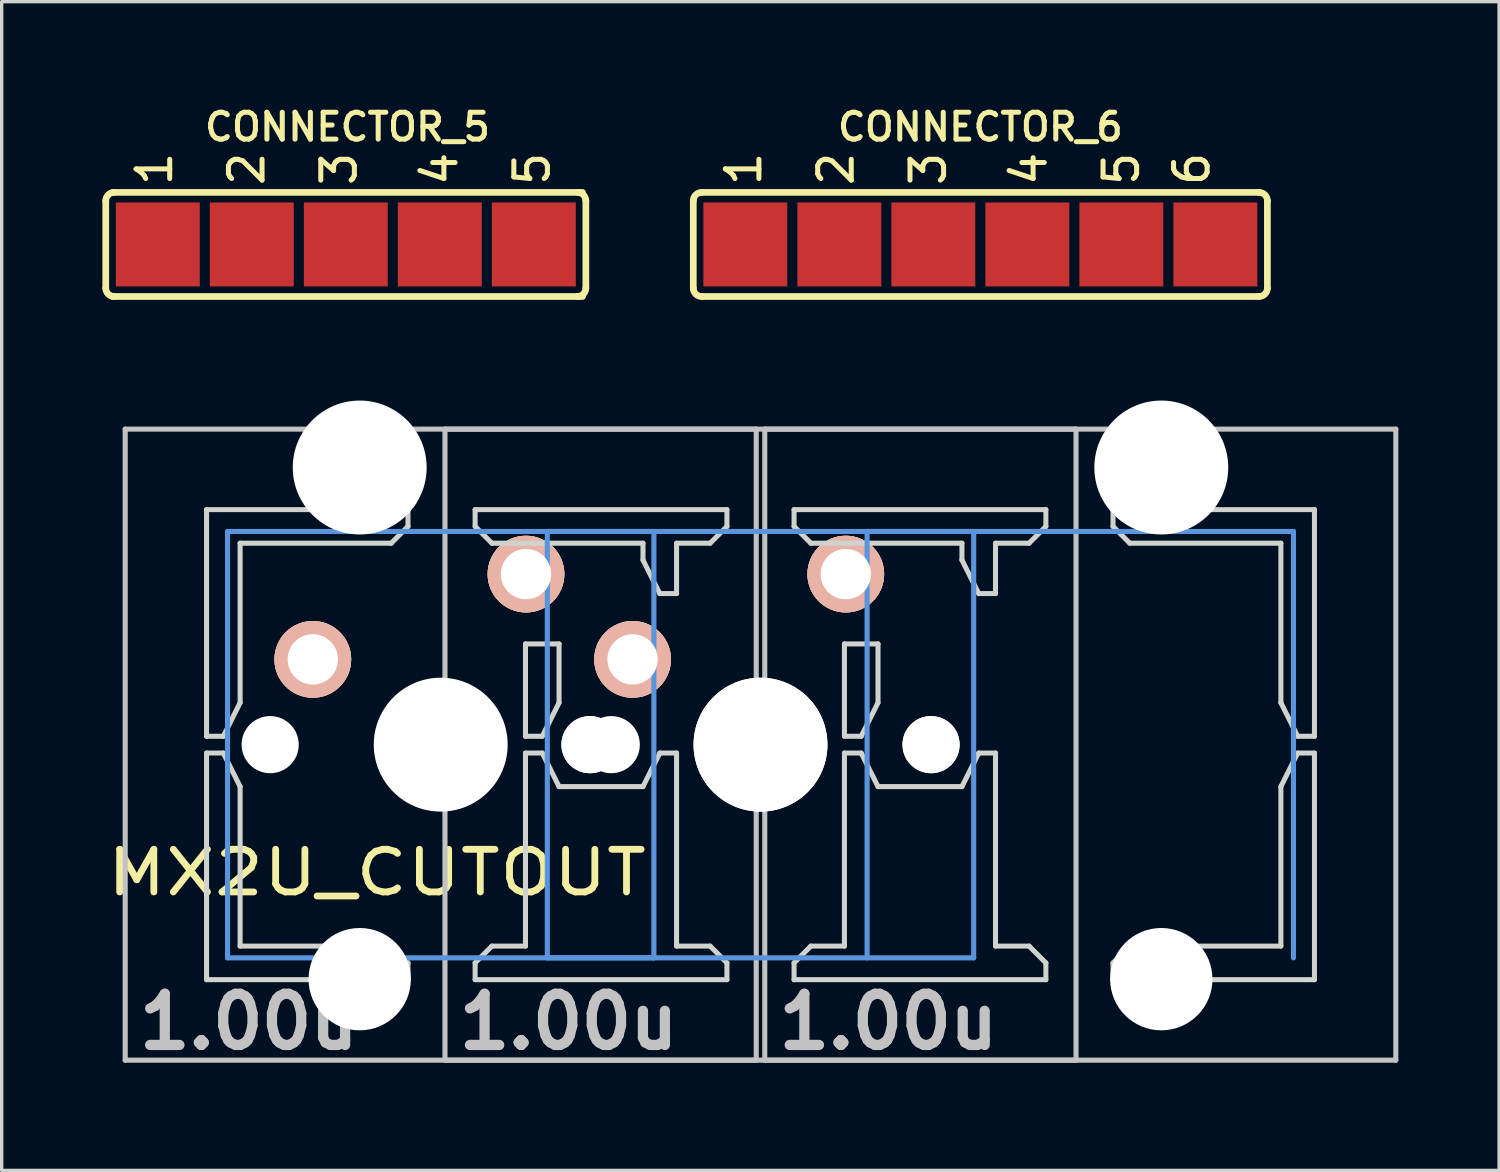
<source format=kicad_pcb>
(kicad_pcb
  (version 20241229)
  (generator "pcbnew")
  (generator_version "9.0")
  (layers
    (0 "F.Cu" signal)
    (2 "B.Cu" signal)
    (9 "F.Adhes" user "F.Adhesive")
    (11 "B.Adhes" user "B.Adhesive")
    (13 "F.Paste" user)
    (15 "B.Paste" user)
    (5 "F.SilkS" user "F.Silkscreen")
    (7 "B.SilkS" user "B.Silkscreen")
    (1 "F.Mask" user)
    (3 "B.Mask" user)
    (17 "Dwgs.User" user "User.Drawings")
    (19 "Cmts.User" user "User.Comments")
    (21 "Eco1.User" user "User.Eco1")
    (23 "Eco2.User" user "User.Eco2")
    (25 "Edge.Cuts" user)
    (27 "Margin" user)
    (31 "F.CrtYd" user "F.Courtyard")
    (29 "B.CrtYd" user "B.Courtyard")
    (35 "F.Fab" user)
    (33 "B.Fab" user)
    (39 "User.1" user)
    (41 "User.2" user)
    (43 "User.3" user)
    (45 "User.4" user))
  (footprint "CONNECTOR_6"
    (layer "F.Cu")
    (at 26.15 4.231)
    (property "Reference" "CONNECTOR_6" (at 0 -3.5 0) (layer "F.SilkS") (effects (font (size 0.8 0.8) (thickness 0.15))))
    (attr exclude_from_pos_files exclude_from_bom)
    (fp_line (start -8.55 -1.3) (end -8.55 1.3) (stroke (width 0.2) (type solid)) (layer "F.SilkS"))
    (fp_line (start -8.3 -1.55) (end 8.3 -1.55) (stroke (width 0.2) (type solid)) (layer "F.SilkS"))
    (fp_line (start -8.3 1.55) (end 8.3 1.55) (stroke (width 0.2) (type solid)) (layer "F.SilkS"))
    (fp_line (start 8.55 -1.3) (end 8.55 1.3) (stroke (width 0.2) (type solid)) (layer "F.SilkS"))
    (fp_arc (start -8.55 -1.3) (mid -8.476777 -1.476777) (end -8.3 -1.55) (stroke (width 0.2) (type solid)) (layer "F.SilkS"))
    (fp_arc (start -8.3 1.55) (mid -8.476777 1.476777) (end -8.55 1.3) (stroke (width 0.2) (type solid)) (layer "F.SilkS"))
    (fp_arc (start 8.3 -1.55) (mid 8.476777 -1.476777) (end 8.55 -1.3) (stroke (width 0.2) (type solid)) (layer "F.SilkS"))
    (fp_arc (start 8.55 1.3) (mid 8.476777 1.476777) (end 8.3 1.55) (stroke (width 0.2) (type solid)) (layer "F.SilkS"))
    (fp_text user "6" (at 6.3 -2.25 90) (layer "F.SilkS") (effects (font (size 1 1) (thickness 0.15))))
    (fp_text user "2" (at -4.3 -2.25 90) (layer "F.SilkS") (effects (font (size 1 1) (thickness 0.15))))
    (fp_text user "3" (at -1.55 -2.25 90) (layer "F.SilkS") (effects (font (size 1 1) (thickness 0.15))))
    (fp_text user "1" (at -7.05 -2.25 90) (layer "F.SilkS") (effects (font (size 1 1) (thickness 0.15))))
    (fp_text user "4" (at 1.45 -2.25 90) (layer "F.SilkS") (effects (font (size 1 1) (thickness 0.15))))
    (fp_text user "5" (at 4.2 -2.25 90) (layer "F.SilkS") (effects (font (size 1 1) (thickness 0.15))))
    (pad "1" smd rect (at -7 0) (size 2.5 2.5) (layers "F.Cu" "F.Mask"))
    (pad "2" smd rect (at -4.2 0) (size 2.5 2.5) (layers "F.Cu" "F.Mask"))
    (pad "3" smd rect (at -1.4 0) (size 2.5 2.5) (layers "F.Cu" "F.Mask"))
    (pad "4" smd rect (at 1.4 0) (size 2.5 2.5) (layers "F.Cu" "F.Mask"))
    (pad "5" smd rect (at 4.2 0) (size 2.5 2.5) (layers "F.Cu" "F.Mask"))
    (pad "6" smd rect (at 7 0) (size 2.5 2.5) (layers "F.Cu" "F.Mask")))
  (footprint "MX2U_CUTOUT"
    (layer "F.Cu")
    (at 19.602 19.13)
    (property "Reference" "MX2U_CUTOUT" (at -11.43 3.81 0) (layer "F.SilkS") (effects (font (size 1.27 1.524) (thickness 0.203))))
    (attr through_hole)
    (fp_line (start -18.923 -9.398) (end -0.127 -9.398) (stroke (width 0.152) (type solid)) (layer "Dwgs.User"))
    (fp_line (start -18.923 9.398) (end -18.923 -9.398) (stroke (width 0.152) (type solid)) (layer "Dwgs.User"))
    (fp_line (start -9.398 -9.398) (end 9.398 -9.398) (stroke (width 0.152) (type solid)) (layer "Dwgs.User"))
    (fp_line (start -9.398 9.398) (end -9.398 -9.398) (stroke (width 0.152) (type solid)) (layer "Dwgs.User"))
    (fp_line (start -0.127 -9.398) (end -0.127 9.398) (stroke (width 0.152) (type solid)) (layer "Dwgs.User"))
    (fp_line (start -0.127 9.398) (end -18.923 9.398) (stroke (width 0.152) (type solid)) (layer "Dwgs.User"))
    (fp_line (start 0.127 -9.398) (end 18.923 -9.398) (stroke (width 0.152) (type solid)) (layer "Dwgs.User"))
    (fp_line (start 0.127 9.398) (end 0.127 -9.398) (stroke (width 0.152) (type solid)) (layer "Dwgs.User"))
    (fp_line (start 9.398 -9.398) (end 9.398 9.398) (stroke (width 0.152) (type solid)) (layer "Dwgs.User"))
    (fp_line (start 9.398 9.398) (end -9.398 9.398) (stroke (width 0.152) (type solid)) (layer "Dwgs.User"))
    (fp_line (start 18.923 -9.398) (end 18.923 9.398) (stroke (width 0.152) (type solid)) (layer "Dwgs.User"))
    (fp_line (start 18.923 9.398) (end 0.127 9.398) (stroke (width 0.152) (type solid)) (layer "Dwgs.User"))
    (fp_line (start -15.875 -6.35) (end -3.175 -6.35) (stroke (width 0.152) (type solid)) (layer "Cmts.User"))
    (fp_line (start -15.875 6.35) (end -15.875 -6.35) (stroke (width 0.152) (type solid)) (layer "Cmts.User"))
    (fp_line (start -6.35 -6.35) (end 6.35 -6.35) (stroke (width 0.152) (type solid)) (layer "Cmts.User"))
    (fp_line (start -6.35 6.35) (end -6.35 -6.35) (stroke (width 0.152) (type solid)) (layer "Cmts.User"))
    (fp_line (start -3.175 -6.35) (end -3.175 6.35) (stroke (width 0.152) (type solid)) (layer "Cmts.User"))
    (fp_line (start -3.175 6.35) (end -15.875 6.35) (stroke (width 0.152) (type solid)) (layer "Cmts.User"))
    (fp_line (start 3.175 -6.35) (end 15.875 -6.35) (stroke (width 0.152) (type solid)) (layer "Cmts.User"))
    (fp_line (start 3.175 6.35) (end 3.175 -6.35) (stroke (width 0.152) (type solid)) (layer "Cmts.User"))
    (fp_line (start 6.35 -6.35) (end 6.35 6.35) (stroke (width 0.152) (type solid)) (layer "Cmts.User"))
    (fp_line (start 6.35 6.35) (end -6.35 6.35) (stroke (width 0.152) (type solid)) (layer "Cmts.User"))
    (fp_line (start 15.875 -6.35) (end 15.875 6.35) (stroke (width 0.152) (type solid)) (layer "Cmts.User"))
    (fp_line (start -16.51 -6.985) (end -2.54 -6.985) (stroke (width 0.152) (type solid)) (layer "Eco2.User"))
    (fp_line (start -16.51 6.985) (end -16.51 -6.985) (stroke (width 0.152) (type solid)) (layer "Eco2.User"))
    (fp_line (start -6.985 -6.985) (end 6.985 -6.985) (stroke (width 0.152) (type solid)) (layer "Eco2.User"))
    (fp_line (start -6.985 6.985) (end -6.985 -6.985) (stroke (width 0.152) (type solid)) (layer "Eco2.User"))
    (fp_line (start -2.54 -6.985) (end -2.54 6.985) (stroke (width 0.152) (type solid)) (layer "Eco2.User"))
    (fp_line (start -2.54 6.985) (end -16.51 6.985) (stroke (width 0.152) (type solid)) (layer "Eco2.User"))
    (fp_line (start 2.54 -6.985) (end 16.51 -6.985) (stroke (width 0.152) (type solid)) (layer "Eco2.User"))
    (fp_line (start 2.54 6.985) (end 2.54 -6.985) (stroke (width 0.152) (type solid)) (layer "Eco2.User"))
    (fp_line (start 6.985 -6.985) (end 6.985 6.985) (stroke (width 0.152) (type solid)) (layer "Eco2.User"))
    (fp_line (start 6.985 6.985) (end -6.985 6.985) (stroke (width 0.152) (type solid)) (layer "Eco2.User"))
    (fp_line (start 16.51 -6.985) (end 16.51 6.985) (stroke (width 0.152) (type solid)) (layer "Eco2.User"))
    (fp_line (start 16.51 6.985) (end 2.54 6.985) (stroke (width 0.152) (type solid)) (layer "Eco2.User"))
    (fp_line (start -16.5 -7) (end -10.5 -7) (stroke (width 0.15) (type solid)) (layer "Edge.Cuts"))
    (fp_line (start -16.5 -0.25) (end -16.5 -7) (stroke (width 0.15) (type solid)) (layer "Edge.Cuts"))
    (fp_line (start -16.5 0.25) (end -16 0.25) (stroke (width 0.15) (type solid)) (layer "Edge.Cuts"))
    (fp_line (start -16.5 7) (end -16.5 0.25) (stroke (width 0.15) (type solid)) (layer "Edge.Cuts"))
    (fp_line (start -16.5 7) (end -10.5 7) (stroke (width 0.15) (type solid)) (layer "Edge.Cuts"))
    (fp_line (start -16 -0.25) (end -16.5 -0.25) (stroke (width 0.15) (type solid)) (layer "Edge.Cuts"))
    (fp_line (start -16 -0.25) (end -15.5 -1.25) (stroke (width 0.15) (type solid)) (layer "Edge.Cuts"))
    (fp_line (start -16 0.25) (end -15.5 1.25) (stroke (width 0.15) (type solid)) (layer "Edge.Cuts"))
    (fp_line (start -15.5 -1.25) (end -15.5 -6) (stroke (width 0.15) (type solid)) (layer "Edge.Cuts"))
    (fp_line (start -15.5 1.25) (end -15.5 6) (stroke (width 0.15) (type solid)) (layer "Edge.Cuts"))
    (fp_line (start -11 -6) (end -15.5 -6) (stroke (width 0.15) (type solid)) (layer "Edge.Cuts"))
    (fp_line (start -11 6) (end -15.5 6) (stroke (width 0.15) (type solid)) (layer "Edge.Cuts"))
    (fp_line (start -10.5 -7) (end -10.5 -6.5) (stroke (width 0.15) (type solid)) (layer "Edge.Cuts"))
    (fp_line (start -10.5 -6.5) (end -11 -6) (stroke (width 0.15) (type solid)) (layer "Edge.Cuts"))
    (fp_line (start -10.5 6.5) (end -11 6) (stroke (width 0.15) (type solid)) (layer "Edge.Cuts"))
    (fp_line (start -10.5 7) (end -10.5 6.5) (stroke (width 0.15) (type solid)) (layer "Edge.Cuts"))
    (fp_line (start -8.5 -7) (end -1 -7) (stroke (width 0.15) (type solid)) (layer "Edge.Cuts"))
    (fp_line (start -8.5 -6.5) (end -8.5 -7) (stroke (width 0.15) (type solid)) (layer "Edge.Cuts"))
    (fp_line (start -8.5 6.5) (end -8 6) (stroke (width 0.15) (type solid)) (layer "Edge.Cuts"))
    (fp_line (start -8.5 7) (end -8.5 6.5) (stroke (width 0.15) (type solid)) (layer "Edge.Cuts"))
    (fp_line (start -8.5 7) (end -1 7) (stroke (width 0.15) (type solid)) (layer "Edge.Cuts"))
    (fp_line (start -8 -6) (end -8.5 -6.5) (stroke (width 0.15) (type solid)) (layer "Edge.Cuts"))
    (fp_line (start -8 -6) (end -3.5 -6) (stroke (width 0.15) (type solid)) (layer "Edge.Cuts"))
    (fp_line (start -8 6) (end -7 6) (stroke (width 0.15) (type solid)) (layer "Edge.Cuts"))
    (fp_line (start -7 -3) (end -7 -0.25) (stroke (width 0.15) (type solid)) (layer "Edge.Cuts"))
    (fp_line (start -7 -3) (end -6 -3) (stroke (width 0.15) (type solid)) (layer "Edge.Cuts"))
    (fp_line (start -7 0.25) (end -6.5 0.25) (stroke (width 0.15) (type solid)) (layer "Edge.Cuts"))
    (fp_line (start -7 6) (end -7 0.25) (stroke (width 0.15) (type solid)) (layer "Edge.Cuts"))
    (fp_line (start -6.5 -0.25) (end -7 -0.25) (stroke (width 0.15) (type solid)) (layer "Edge.Cuts"))
    (fp_line (start -6.5 -0.25) (end -6 -1.25) (stroke (width 0.15) (type solid)) (layer "Edge.Cuts"))
    (fp_line (start -6.5 0.25) (end -6 1.25) (stroke (width 0.15) (type solid)) (layer "Edge.Cuts"))
    (fp_line (start -6 -3) (end -6 -1.25) (stroke (width 0.15) (type solid)) (layer "Edge.Cuts"))
    (fp_line (start -6 1.25) (end -3.5 1.25) (stroke (width 0.15) (type solid)) (layer "Edge.Cuts"))
    (fp_line (start -3.5 -6) (end -3.5 -5.5) (stroke (width 0.15) (type solid)) (layer "Edge.Cuts"))
    (fp_line (start -3 -4.5) (end -3.5 -5.5) (stroke (width 0.15) (type solid)) (layer "Edge.Cuts"))
    (fp_line (start -3 -4.5) (end -2.5 -4.5) (stroke (width 0.15) (type solid)) (layer "Edge.Cuts"))
    (fp_line (start -3 0.25) (end -3.5 1.25) (stroke (width 0.15) (type solid)) (layer "Edge.Cuts"))
    (fp_line (start -2.5 -6) (end -2.5 -4.5) (stroke (width 0.15) (type solid)) (layer "Edge.Cuts"))
    (fp_line (start -2.5 -6) (end -1.5 -6) (stroke (width 0.15) (type solid)) (layer "Edge.Cuts"))
    (fp_line (start -2.5 0.25) (end -3 0.25) (stroke (width 0.15) (type solid)) (layer "Edge.Cuts"))
    (fp_line (start -2.5 6) (end -2.5 0.25) (stroke (width 0.15) (type solid)) (layer "Edge.Cuts"))
    (fp_line (start -2.5 6) (end -1.5 6) (stroke (width 0.15) (type solid)) (layer "Edge.Cuts"))
    (fp_line (start -1 -7) (end -1 -6.5) (stroke (width 0.15) (type solid)) (layer "Edge.Cuts"))
    (fp_line (start -1 -6.5) (end -1.5 -6) (stroke (width 0.15) (type solid)) (layer "Edge.Cuts"))
    (fp_line (start -1 6.5) (end -1.5 6) (stroke (width 0.15) (type solid)) (layer "Edge.Cuts"))
    (fp_line (start -1 7) (end -1 6.5) (stroke (width 0.15) (type solid)) (layer "Edge.Cuts"))
    (fp_line (start 1 -7) (end 1 -6.5) (stroke (width 0.15) (type solid)) (layer "Edge.Cuts"))
    (fp_line (start 1 -7) (end 8.5 -7) (stroke (width 0.15) (type solid)) (layer "Edge.Cuts"))
    (fp_line (start 1 -6.5) (end 1.5 -6) (stroke (width 0.15) (type solid)) (layer "Edge.Cuts"))
    (fp_line (start 1 6.5) (end 1.5 6) (stroke (width 0.15) (type solid)) (layer "Edge.Cuts"))
    (fp_line (start 1 7) (end 1 6.5) (stroke (width 0.15) (type solid)) (layer "Edge.Cuts"))
    (fp_line (start 1.5 -6) (end 6 -6) (stroke (width 0.15) (type solid)) (layer "Edge.Cuts"))
    (fp_line (start 1.5 6) (end 2.5 6) (stroke (width 0.15) (type solid)) (layer "Edge.Cuts"))
    (fp_line (start 2.5 -3) (end 2.5 -0.25) (stroke (width 0.15) (type solid)) (layer "Edge.Cuts"))
    (fp_line (start 2.5 -3) (end 3.5 -3) (stroke (width 0.15) (type solid)) (layer "Edge.Cuts"))
    (fp_line (start 2.5 0.25) (end 3 0.25) (stroke (width 0.15) (type solid)) (layer "Edge.Cuts"))
    (fp_line (start 2.5 6) (end 2.5 0.25) (stroke (width 0.15) (type solid)) (layer "Edge.Cuts"))
    (fp_line (start 3 -0.25) (end 2.5 -0.25) (stroke (width 0.15) (type solid)) (layer "Edge.Cuts"))
    (fp_line (start 3 -0.25) (end 3.5 -1.25) (stroke (width 0.15) (type solid)) (layer "Edge.Cuts"))
    (fp_line (start 3 0.25) (end 3.5 1.25) (stroke (width 0.15) (type solid)) (layer "Edge.Cuts"))
    (fp_line (start 3.5 -3) (end 3.5 -1.25) (stroke (width 0.15) (type solid)) (layer "Edge.Cuts"))
    (fp_line (start 3.5 1.25) (end 6 1.25) (stroke (width 0.15) (type solid)) (layer "Edge.Cuts"))
    (fp_line (start 6 -6) (end 6 -5.5) (stroke (width 0.15) (type solid)) (layer "Edge.Cuts"))
    (fp_line (start 6 -5.5) (end 6.5 -4.5) (stroke (width 0.15) (type solid)) (layer "Edge.Cuts"))
    (fp_line (start 6.5 -4.5) (end 7 -4.5) (stroke (width 0.15) (type solid)) (layer "Edge.Cuts"))
    (fp_line (start 6.5 0.25) (end 6 1.25) (stroke (width 0.15) (type solid)) (layer "Edge.Cuts"))
    (fp_line (start 7 -6) (end 8 -6) (stroke (width 0.15) (type solid)) (layer "Edge.Cuts"))
    (fp_line (start 7 -4.5) (end 7 -6) (stroke (width 0.15) (type solid)) (layer "Edge.Cuts"))
    (fp_line (start 7 0.25) (end 6.5 0.25) (stroke (width 0.15) (type solid)) (layer "Edge.Cuts"))
    (fp_line (start 7 6) (end 7 0.25) (stroke (width 0.15) (type solid)) (layer "Edge.Cuts"))
    (fp_line (start 7 6) (end 8 6) (stroke (width 0.15) (type solid)) (layer "Edge.Cuts"))
    (fp_line (start 8.5 -7) (end 8.5 -6.5) (stroke (width 0.15) (type solid)) (layer "Edge.Cuts"))
    (fp_line (start 8.5 -6.5) (end 8 -6) (stroke (width 0.15) (type solid)) (layer "Edge.Cuts"))
    (fp_line (start 8.5 6.5) (end 8 6) (stroke (width 0.15) (type solid)) (layer "Edge.Cuts"))
    (fp_line (start 8.5 7) (end 1 7) (stroke (width 0.15) (type solid)) (layer "Edge.Cuts"))
    (fp_line (start 8.5 7) (end 8.5 6.5) (stroke (width 0.15) (type solid)) (layer "Edge.Cuts"))
    (fp_line (start 10.5 -7) (end 10.5 -6.5) (stroke (width 0.15) (type solid)) (layer "Edge.Cuts"))
    (fp_line (start 10.5 -6.5) (end 11 -6) (stroke (width 0.15) (type solid)) (layer "Edge.Cuts"))
    (fp_line (start 10.5 6.5) (end 11 6) (stroke (width 0.15) (type solid)) (layer "Edge.Cuts"))
    (fp_line (start 10.5 7) (end 10.5 6.5) (stroke (width 0.15) (type solid)) (layer "Edge.Cuts"))
    (fp_line (start 11 -6) (end 15.5 -6) (stroke (width 0.15) (type solid)) (layer "Edge.Cuts"))
    (fp_line (start 11 6) (end 15.5 6) (stroke (width 0.15) (type solid)) (layer "Edge.Cuts"))
    (fp_line (start 15.5 -1.25) (end 15.5 -6) (stroke (width 0.15) (type solid)) (layer "Edge.Cuts"))
    (fp_line (start 15.5 1.25) (end 15.5 6) (stroke (width 0.15) (type solid)) (layer "Edge.Cuts"))
    (fp_line (start 16 -0.25) (end 15.5 -1.25) (stroke (width 0.15) (type solid)) (layer "Edge.Cuts"))
    (fp_line (start 16 -0.25) (end 16.5 -0.25) (stroke (width 0.15) (type solid)) (layer "Edge.Cuts"))
    (fp_line (start 16 0.25) (end 15.5 1.25) (stroke (width 0.15) (type solid)) (layer "Edge.Cuts"))
    (fp_line (start 16.5 -7) (end 10.5 -7) (stroke (width 0.15) (type solid)) (layer "Edge.Cuts"))
    (fp_line (start 16.5 -0.25) (end 16.5 -7) (stroke (width 0.15) (type solid)) (layer "Edge.Cuts"))
    (fp_line (start 16.5 0.25) (end 16 0.25) (stroke (width 0.15) (type solid)) (layer "Edge.Cuts"))
    (fp_line (start 16.5 7) (end 10.5 7) (stroke (width 0.15) (type solid)) (layer "Edge.Cuts"))
    (fp_line (start 16.5 7) (end 16.5 0.25) (stroke (width 0.15) (type solid)) (layer "Edge.Cuts"))
    (fp_text user "1.00u" (at -15.24 8.255 0) (layer "Dwgs.User") (effects (font (size 1.524 1.524) (thickness 0.305))))
    (fp_text user "1.00u" (at 3.81 8.255 0) (layer "Dwgs.User") (effects (font (size 1.524 1.524) (thickness 0.305))))
    (fp_text user "1.00u" (at -5.715 8.255 0) (layer "Dwgs.User") (effects (font (size 1.524 1.524) (thickness 0.305))))
    (pad "" np_thru_hole circle (at -14.605 0) (size 1.702 1.702) (drill 1.702) (layers "*.Cu" "*.Mask"))
    (pad "" np_thru_hole circle (at -11.938 -8.255) (size 3.988 3.988) (drill 3.988) (layers "*.Cu"))
    (pad "" np_thru_hole circle (at -11.938 6.985) (size 3.048 3.048) (drill 3.048) (layers "*.Cu"))
    (pad "" np_thru_hole circle (at -9.525 0) (size 3.988 3.988) (drill 3.988) (layers "*.Cu"))
    (pad "" np_thru_hole circle (at -5.08 0) (size 1.702 1.702) (drill 1.702) (layers "*.Cu" "*.Mask"))
    (pad "" np_thru_hole circle (at -5.08 0) (size 1.702 1.702) (drill 1.702) (layers "*.Cu"))
    (pad "" np_thru_hole circle (at -4.445 0) (size 1.702 1.702) (drill 1.702) (layers "*.Cu" "*.Mask"))
    (pad "" np_thru_hole circle (at 0 0) (size 3.988 3.988) (drill 3.988) (layers "*.Cu"))
    (pad "" np_thru_hole circle (at 0 0) (size 3.988 3.988) (drill 3.988) (layers "*.Cu"))
    (pad "" np_thru_hole circle (at 5.08 0) (size 1.702 1.702) (drill 1.702) (layers "*.Cu" "*.Mask"))
    (pad "" np_thru_hole circle (at 5.08 0) (size 1.702 1.702) (drill 1.702) (layers "*.Cu"))
    (pad "" np_thru_hole circle (at 11.938 -8.255) (size 3.988 3.988) (drill 3.988) (layers "*.Cu"))
    (pad "" np_thru_hole circle (at 11.938 6.985) (size 3.048 3.048) (drill 3.048) (layers "*.Cu"))
    (pad "1" thru_hole circle (at -6.985 -5.08) (size 2.286 2.286) (drill 1.499) (layers "*.Cu" "*.SilkS" "*.Mask"))
    (pad "1" thru_hole circle (at 2.54 -5.08) (size 2.286 2.286) (drill 1.499) (layers "*.Cu" "*.SilkS" "*.Mask"))
    (pad "2" thru_hole circle (at -13.335 -2.54) (size 2.286 2.286) (drill 1.499) (layers "*.Cu" "*.SilkS" "*.Mask"))
    (pad "2" thru_hole circle (at -3.81 -2.54) (size 2.286 2.286) (drill 1.499) (layers "*.Cu" "*.SilkS" "*.Mask")))
  (footprint "CONNECTOR_5"
    (layer "F.Cu")
    (at 7.3 4.231)
    (property "Reference" "CONNECTOR_5" (at 0 -3.5 0) (layer "F.SilkS") (effects (font (size 0.8 0.8) (thickness 0.15))))
    (attr exclude_from_pos_files exclude_from_bom)
    (fp_line (start -7.2 -1.3) (end -7.2 1.3) (stroke (width 0.2) (type solid)) (layer "F.SilkS"))
    (fp_line (start -7 -1.55) (end 7 -1.55) (stroke (width 0.2) (type solid)) (layer "F.SilkS"))
    (fp_line (start -7 1.55) (end 7 1.55) (stroke (width 0.2) (type solid)) (layer "F.SilkS"))
    (fp_line (start 7.1 -1.3) (end 7.1 1.3) (stroke (width 0.2) (type solid)) (layer "F.SilkS"))
    (fp_arc (start -7.2 -1.3) (mid -7.126777 -1.476777) (end -6.95 -1.55) (stroke (width 0.2) (type solid)) (layer "F.SilkS"))
    (fp_arc (start -6.95 1.55) (mid -7.126777 1.476777) (end -7.2 1.3) (stroke (width 0.2) (type solid)) (layer "F.SilkS"))
    (fp_arc (start 6.85 -1.55) (mid 7.026777 -1.476777) (end 7.1 -1.3) (stroke (width 0.2) (type solid)) (layer "F.SilkS"))
    (fp_arc (start 7.1 1.3) (mid 7.026777 1.476777) (end 6.85 1.55) (stroke (width 0.2) (type solid)) (layer "F.SilkS"))
    (fp_text user "1" (at -5.75 -2.25 90) (layer "F.SilkS") (effects (font (size 1 1) (thickness 0.15))))
    (fp_text user "4" (at 2.75 -2.25 90) (layer "F.SilkS") (effects (font (size 1 1) (thickness 0.15))))
    (fp_text user "3" (at -0.25 -2.25 90) (layer "F.SilkS") (effects (font (size 1 1) (thickness 0.15))))
    (fp_text user "2" (at -3 -2.25 90) (layer "F.SilkS") (effects (font (size 1 1) (thickness 0.15))))
    (fp_text user "5" (at 5.5 -2.25 90) (layer "F.SilkS") (effects (font (size 1 1) (thickness 0.15))))
    (pad "1" smd rect (at -5.65 0) (size 2.5 2.5) (layers "F.Cu" "F.Mask"))
    (pad "2" smd rect (at -2.85 0) (size 2.5 2.5) (layers "F.Cu" "F.Mask"))
    (pad "3" smd rect (at -0.05 0) (size 2.5 2.5) (layers "F.Cu" "F.Mask"))
    (pad "4" smd rect (at 2.75 0) (size 2.5 2.5) (layers "F.Cu" "F.Mask"))
    (pad "5" smd rect (at 5.55 0) (size 2.5 2.5) (layers "F.Cu" "F.Mask")))
  (gr_rect
    (start -3 -3)
    (end 41.601 31.812)
    (stroke (width 0.1) (type default))
    (fill no)
    (layer "Edge.Cuts")))
</source>
